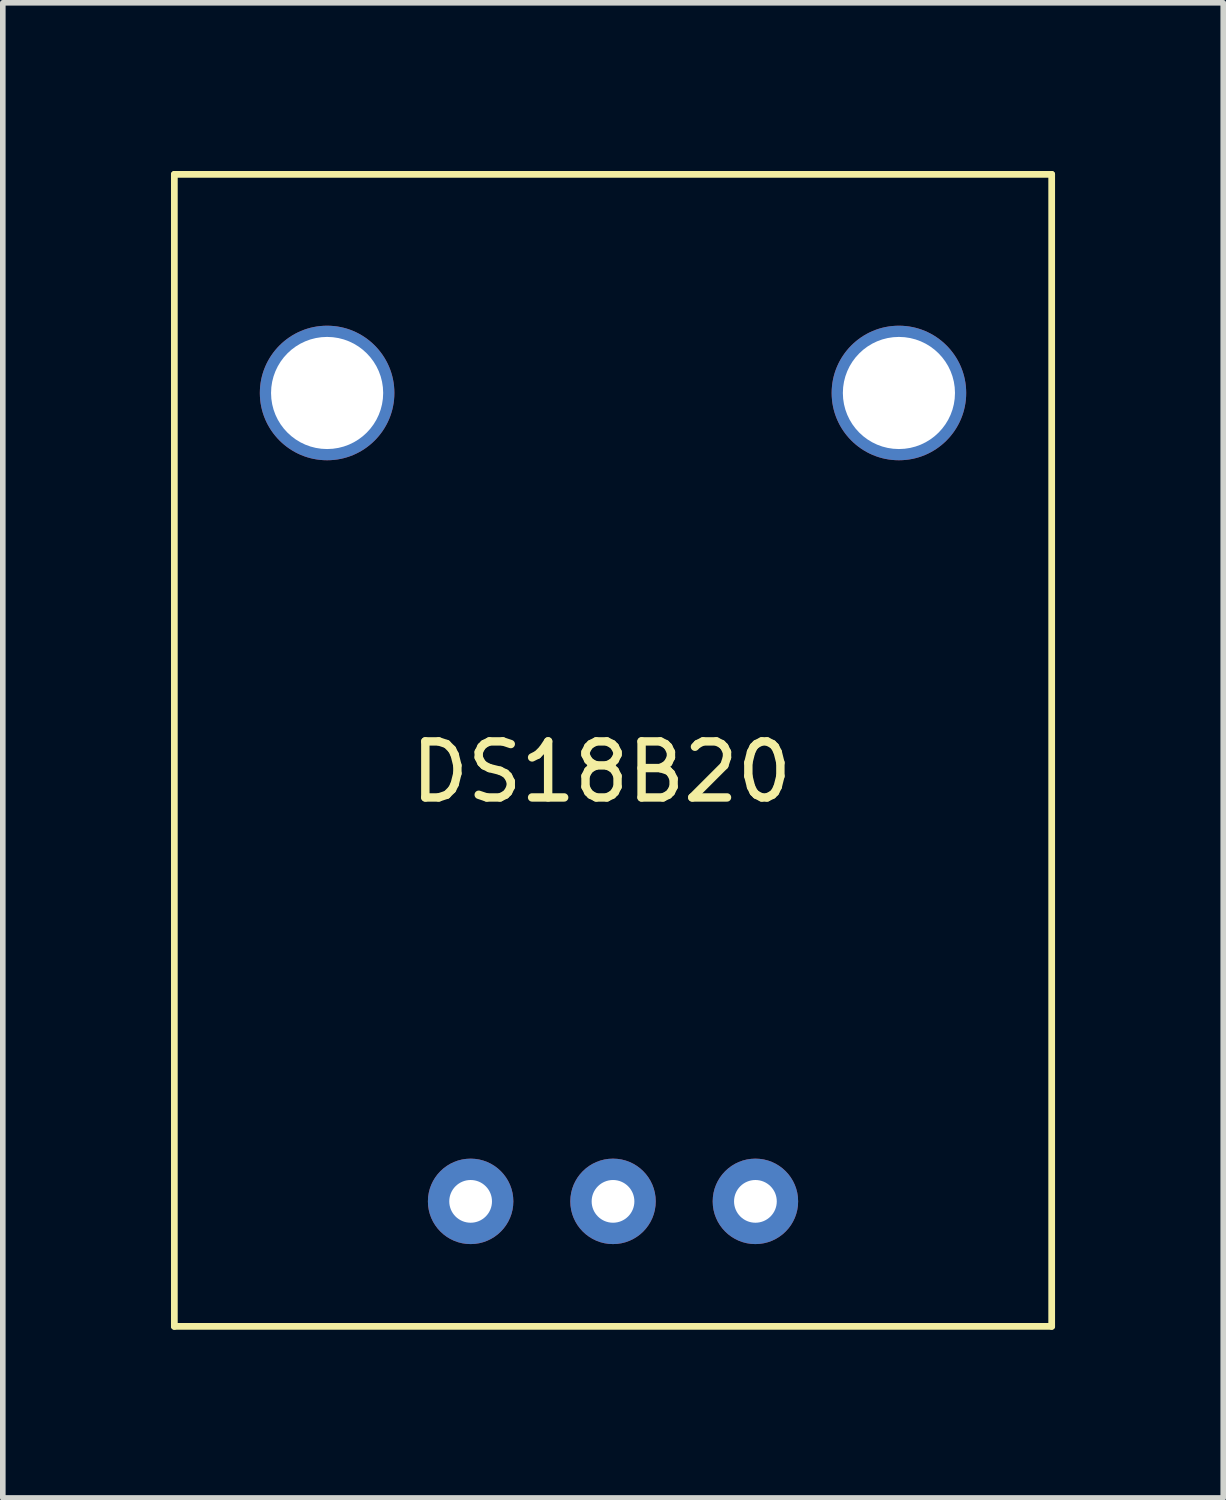
<source format=kicad_pcb>
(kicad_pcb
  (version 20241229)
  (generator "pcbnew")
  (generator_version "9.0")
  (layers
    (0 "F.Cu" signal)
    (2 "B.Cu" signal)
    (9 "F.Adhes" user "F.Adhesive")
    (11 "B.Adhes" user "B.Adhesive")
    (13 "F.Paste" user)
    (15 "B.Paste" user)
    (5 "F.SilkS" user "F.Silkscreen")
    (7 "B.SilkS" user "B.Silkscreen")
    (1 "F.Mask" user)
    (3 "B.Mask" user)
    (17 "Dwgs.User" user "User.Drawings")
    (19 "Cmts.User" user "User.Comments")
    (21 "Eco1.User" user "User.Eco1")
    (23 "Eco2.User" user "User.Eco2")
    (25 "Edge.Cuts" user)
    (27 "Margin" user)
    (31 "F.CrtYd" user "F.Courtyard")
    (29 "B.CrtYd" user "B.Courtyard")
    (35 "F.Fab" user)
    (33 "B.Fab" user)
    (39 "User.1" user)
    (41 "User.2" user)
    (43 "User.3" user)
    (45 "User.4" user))
  (footprint "DS18B20"
    (layer "F.Cu")
    (at 7.68 10.22)
    (property "Reference" "DS18B20" (at 0 0.5 0) (layer "F.SilkS") (effects (font (size 1 1) (thickness 0.15))))
    (attr through_hole)
    (fp_line (start -7.62 -10.16) (end -7.62 10.39) (stroke (width 0.12) (type solid)) (layer "F.SilkS"))
    (fp_line (start -7.62 -10.16) (end 8.03 -10.16) (stroke (width 0.12) (type solid)) (layer "F.SilkS"))
    (fp_line (start 8.03 -10.16) (end 8.03 10.39) (stroke (width 0.12) (type solid)) (layer "F.SilkS"))
    (fp_line (start 8.03 10.39) (end -7.62 10.39) (stroke (width 0.12) (type solid)) (layer "F.SilkS"))
    (pad "" np_thru_hole circle (at -4.895 -6.26) (size 2.4 2.4) (drill 2) (layers "*.Cu" "*.Mask"))
    (pad "" np_thru_hole circle (at 5.305 -6.26) (size 2.4 2.4) (drill 2) (layers "*.Cu" "*.Mask"))
    (pad "1" thru_hole circle (at -2.335 8.16) (size 1.524 1.524) (drill 0.762) (layers "*.Cu" "*.Mask"))
    (pad "2" thru_hole circle (at 0.205 8.16) (size 1.524 1.524) (drill 0.762) (layers "*.Cu" "*.Mask"))
    (pad "3" thru_hole circle (at 2.745 8.16) (size 1.524 1.524) (drill 0.762) (layers "*.Cu" "*.Mask")))
  (gr_rect
    (start -3 -3)
    (end 18.77 23.67)
    (stroke (width 0.1) (type default))
    (fill no)
    (layer "Edge.Cuts")))
</source>
